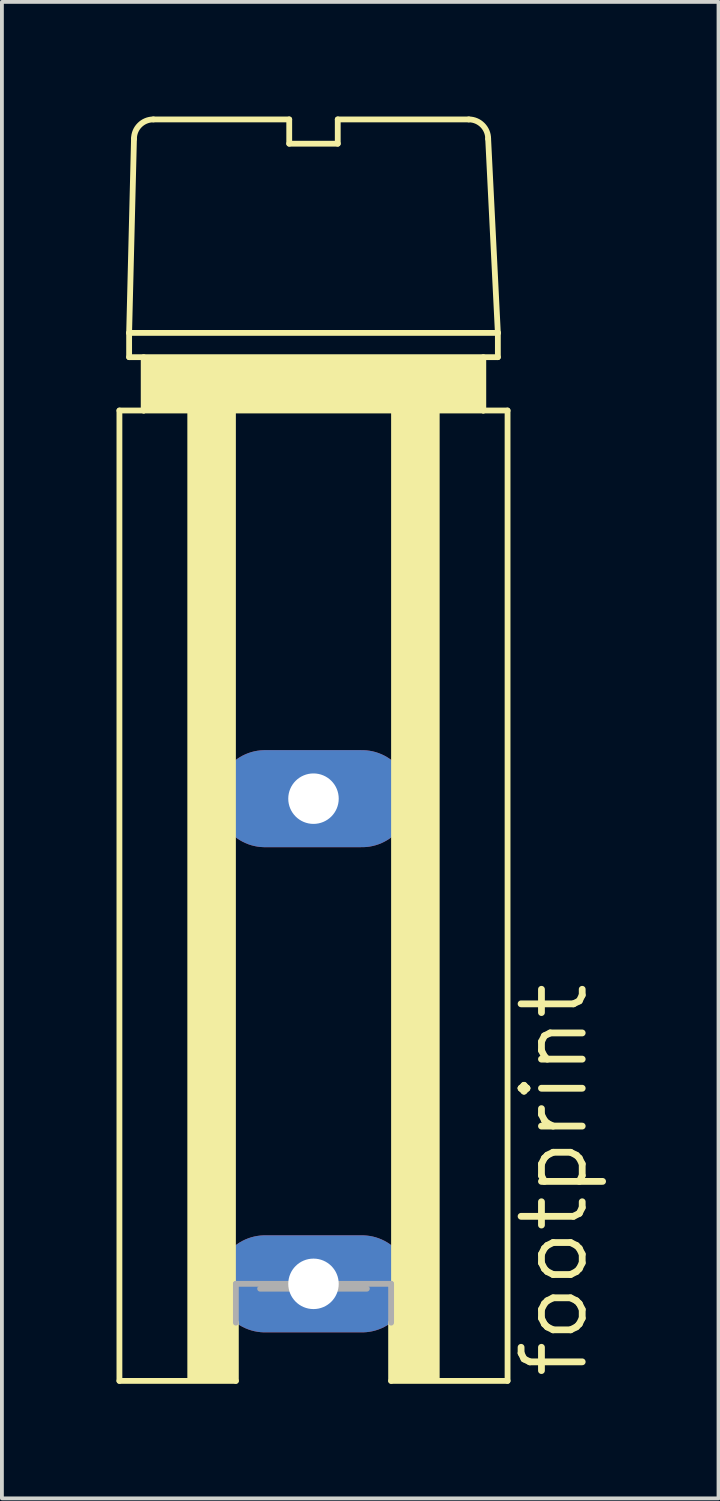
<source format=kicad_pcb>
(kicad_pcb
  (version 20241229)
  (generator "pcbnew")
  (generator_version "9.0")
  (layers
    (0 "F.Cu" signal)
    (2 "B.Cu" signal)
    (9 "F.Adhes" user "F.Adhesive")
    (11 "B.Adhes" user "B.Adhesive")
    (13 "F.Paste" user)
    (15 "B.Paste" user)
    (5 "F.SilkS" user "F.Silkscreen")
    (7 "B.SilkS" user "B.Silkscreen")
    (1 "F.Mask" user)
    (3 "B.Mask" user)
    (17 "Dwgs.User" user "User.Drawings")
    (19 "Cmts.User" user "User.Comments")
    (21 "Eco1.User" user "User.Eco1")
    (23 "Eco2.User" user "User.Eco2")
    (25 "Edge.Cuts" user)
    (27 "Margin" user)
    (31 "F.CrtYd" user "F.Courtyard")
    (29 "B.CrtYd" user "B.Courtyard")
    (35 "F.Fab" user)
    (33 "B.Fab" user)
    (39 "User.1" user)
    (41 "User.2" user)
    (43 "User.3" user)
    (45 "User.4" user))
  (footprint "footprint"
    (layer "F.Cu")
    (at 5.156 25.476)
    (property "Reference" "footprint" (at 7.239 7.62 90) (layer "F.SilkS") (effects (font (size 1.6 1.6) (thickness 0.178)) (justify left bottom)))
    (fp_line (start -5.08 -17.78) (end -4.445 -17.78) (stroke (width 0.152) (type solid)) (layer "F.SilkS"))
    (fp_line (start -5.08 7.62) (end -5.08 -17.78) (stroke (width 0.152) (type solid)) (layer "F.SilkS"))
    (fp_line (start -4.826 -19.812) (end -4.826 -19.177) (stroke (width 0.152) (type solid)) (layer "F.SilkS"))
    (fp_line (start -4.826 -19.812) (end -4.699 -24.892) (stroke (width 0.152) (type solid)) (layer "F.SilkS"))
    (fp_line (start -4.826 -19.177) (end 4.826 -19.177) (stroke (width 0.152) (type solid)) (layer "F.SilkS"))
    (fp_line (start -4.445 -17.78) (end -4.445 -19.177) (stroke (width 0.152) (type solid)) (layer "F.SilkS"))
    (fp_line (start -4.445 -17.78) (end 4.445 -17.78) (stroke (width 0.152) (type solid)) (layer "F.SilkS"))
    (fp_line (start -4.191 -25.4) (end -0.635 -25.4) (stroke (width 0.152) (type solid)) (layer "F.SilkS"))
    (fp_line (start -2.032 7.62) (end -5.08 7.62) (stroke (width 0.152) (type solid)) (layer "F.SilkS"))
    (fp_line (start -2.032 7.62) (end -2.032 6.096) (stroke (width 0.152) (type solid)) (layer "F.SilkS"))
    (fp_line (start -0.635 -25.4) (end -0.635 -24.765) (stroke (width 0.152) (type solid)) (layer "F.SilkS"))
    (fp_line (start -0.635 -24.765) (end 0.635 -24.765) (stroke (width 0.152) (type solid)) (layer "F.SilkS"))
    (fp_line (start 0.635 -25.4) (end 4.064 -25.4) (stroke (width 0.152) (type solid)) (layer "F.SilkS"))
    (fp_line (start 0.635 -24.765) (end 0.635 -25.4) (stroke (width 0.152) (type solid)) (layer "F.SilkS"))
    (fp_line (start 2.032 7.62) (end 2.032 6.096) (stroke (width 0.152) (type solid)) (layer "F.SilkS"))
    (fp_line (start 4.445 -17.78) (end 4.445 -19.177) (stroke (width 0.152) (type solid)) (layer "F.SilkS"))
    (fp_line (start 4.445 -17.78) (end 5.08 -17.78) (stroke (width 0.152) (type solid)) (layer "F.SilkS"))
    (fp_line (start 4.572 -24.892) (end 4.826 -19.812) (stroke (width 0.152) (type solid)) (layer "F.SilkS"))
    (fp_line (start 4.826 -19.812) (end -4.826 -19.812) (stroke (width 0.152) (type solid)) (layer "F.SilkS"))
    (fp_line (start 4.826 -19.177) (end 4.826 -19.812) (stroke (width 0.152) (type solid)) (layer "F.SilkS"))
    (fp_line (start 5.08 -17.78) (end 5.08 7.62) (stroke (width 0.152) (type solid)) (layer "F.SilkS"))
    (fp_line (start 5.08 7.62) (end 2.032 7.62) (stroke (width 0.152) (type solid)) (layer "F.SilkS"))
    (fp_arc (start -4.699 -24.892) (mid -4.55021 -25.25121) (end -4.191 -25.4) (stroke (width 0.1524) (type solid)) (layer "F.SilkS"))
    (fp_arc (start 4.064 -25.4) (mid 4.42321 -25.25121) (end 4.572 -24.892) (stroke (width 0.1524) (type solid)) (layer "F.SilkS"))
    (fp_poly (pts (xy -4.445 -17.78) (xy 4.445 -17.78) (xy 4.445 -19.177) (xy -4.445 -19.177)) (stroke (width 0) (type solid)) (fill yes) (layer "F.SilkS"))
    (fp_poly (pts (xy -3.302 7.62) (xy -2.032 7.62) (xy -2.032 -17.78) (xy -3.302 -17.78)) (stroke (width 0) (type solid)) (fill yes) (layer "F.SilkS"))
    (fp_poly (pts (xy 2.032 7.62) (xy 3.302 7.62) (xy 3.302 -17.78) (xy 2.032 -17.78)) (stroke (width 0) (type solid)) (fill yes) (layer "F.SilkS"))
    (fp_line (start -2.032 5.08) (end 2.032 5.08) (stroke (width 0.152) (type solid)) (layer "F.Fab"))
    (fp_line (start -2.032 6.096) (end -2.032 5.08) (stroke (width 0.152) (type solid)) (layer "F.Fab"))
    (fp_line (start -1.397 5.207) (end 1.397 5.207) (stroke (width 0.152) (type solid)) (layer "F.Fab"))
    (fp_line (start 2.032 5.08) (end 2.032 6.096) (stroke (width 0.152) (type solid)) (layer "F.Fab"))
    (pad "1" thru_hole oval (at 0 5.08) (size 5.08 2.54) (drill 1.321) (layers "*.Cu" "*.Mask"))
    (pad "2" thru_hole oval (at 0 -7.62) (size 5.08 2.54) (drill 1.321) (layers "*.Cu" "*.Mask")))
  (gr_rect
    (start -3 -3)
    (end 15.758 36.172)
    (stroke (width 0.1) (type default))
    (fill no)
    (layer "Edge.Cuts")))
</source>
